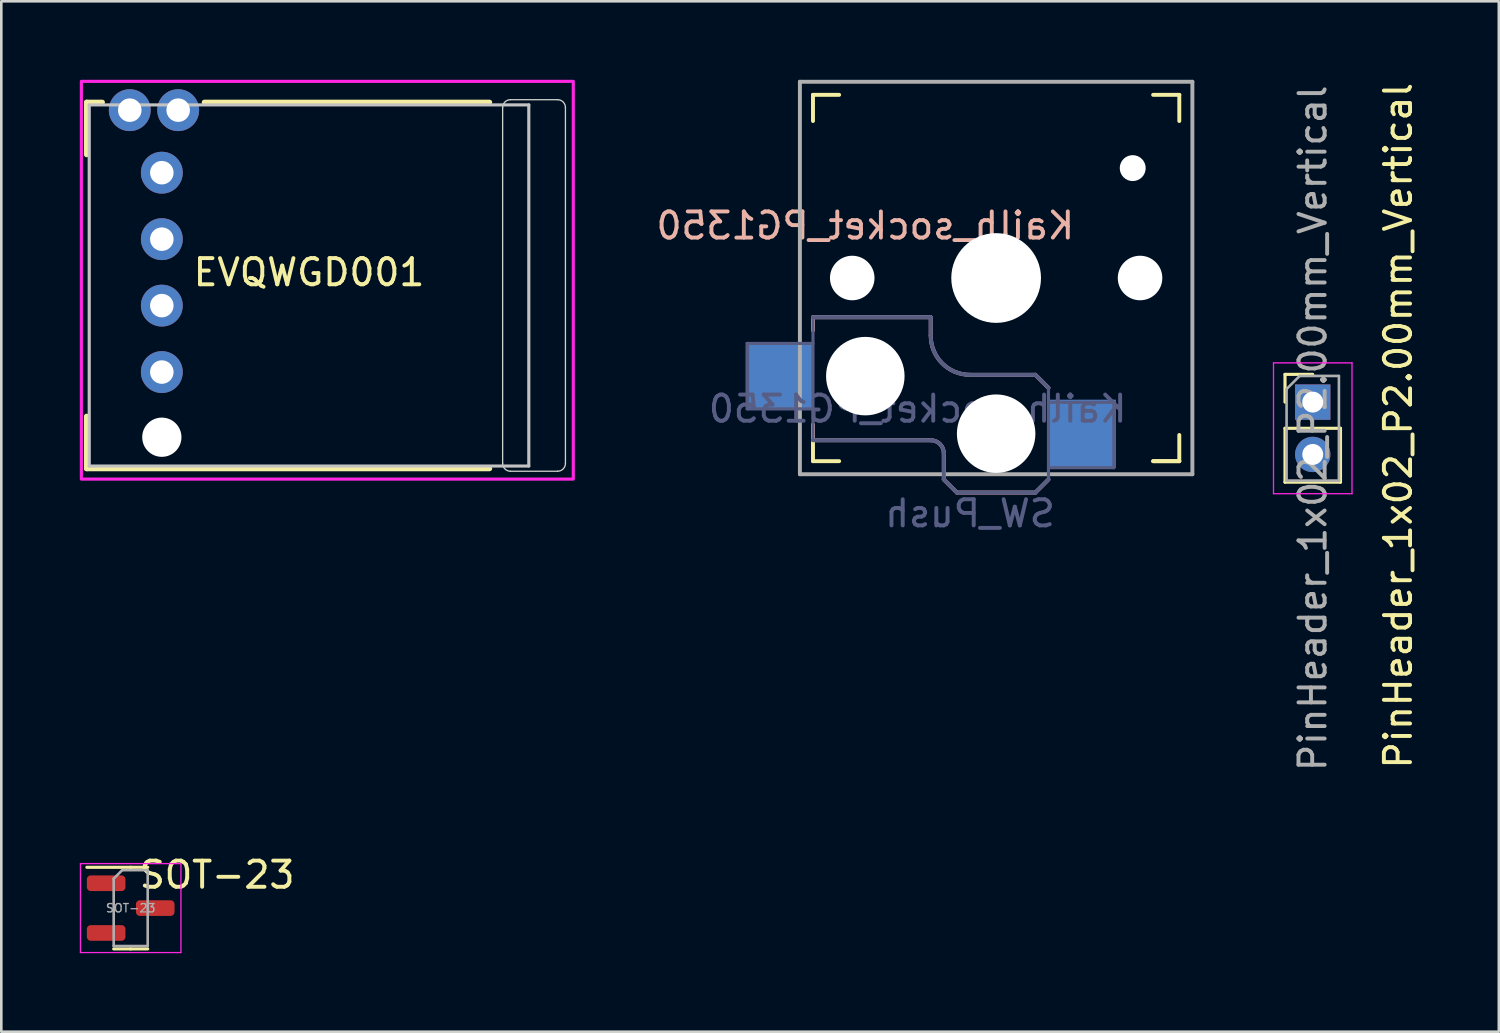
<source format=kicad_pcb>
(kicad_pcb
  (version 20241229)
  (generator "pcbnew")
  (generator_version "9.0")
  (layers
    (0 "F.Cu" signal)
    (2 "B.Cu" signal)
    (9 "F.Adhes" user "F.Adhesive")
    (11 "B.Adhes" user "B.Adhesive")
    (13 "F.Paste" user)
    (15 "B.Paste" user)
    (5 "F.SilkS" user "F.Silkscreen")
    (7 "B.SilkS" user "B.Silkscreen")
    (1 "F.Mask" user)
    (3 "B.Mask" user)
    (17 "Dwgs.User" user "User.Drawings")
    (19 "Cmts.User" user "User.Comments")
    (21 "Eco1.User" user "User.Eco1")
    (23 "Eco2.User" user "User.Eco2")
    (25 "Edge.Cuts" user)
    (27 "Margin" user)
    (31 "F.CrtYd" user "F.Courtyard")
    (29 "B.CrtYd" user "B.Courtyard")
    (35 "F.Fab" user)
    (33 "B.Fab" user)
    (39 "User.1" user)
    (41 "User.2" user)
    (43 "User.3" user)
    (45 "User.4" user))
  (footprint "EVQWGD001"
    (layer "F.Cu")
    (at 8.76 7.36)
    (property "Reference" "EVQWGD001" (at 0 0 0) (layer "F.SilkS") (effects (font (size 1 1) (thickness 0.15))))
    (attr through_hole)
    (fp_line (start -8.5 -6.5) (end -8.5 -4.5) (stroke (width 0.2) (type solid)) (layer "F.SilkS"))
    (fp_line (start -8.5 5.5) (end -8.5 7.5) (stroke (width 0.2) (type solid)) (layer "F.SilkS"))
    (fp_line (start -8.5 7.5) (end 6.9 7.5) (stroke (width 0.2) (type solid)) (layer "F.SilkS"))
    (fp_line (start -7.9 -6.5) (end -8.5 -6.5) (stroke (width 0.2) (type solid)) (layer "F.SilkS"))
    (fp_line (start 6.9 -6.5) (end -4 -6.5) (stroke (width 0.2) (type solid)) (layer "F.SilkS"))
    (fp_line (start -8.4 -6.4) (end 8.4 -6.4) (stroke (width 0.12) (type solid)) (layer "Dwgs.User"))
    (fp_line (start -8.4 7.4) (end -8.4 -6.4) (stroke (width 0.12) (type solid)) (layer "Dwgs.User"))
    (fp_line (start 8.4 -6.4) (end 8.4 7.4) (stroke (width 0.12) (type solid)) (layer "Dwgs.User"))
    (fp_line (start 8.4 7.4) (end -8.4 7.4) (stroke (width 0.12) (type solid)) (layer "Dwgs.User"))
    (fp_line (start 7.4 -6.3) (end 7.4 7.3) (stroke (width 0.05) (type solid)) (layer "Edge.Cuts"))
    (fp_line (start 7.7 7.6) (end 9.5 7.6) (stroke (width 0.05) (type solid)) (layer "Edge.Cuts"))
    (fp_line (start 9.5 -6.6) (end 7.7 -6.6) (stroke (width 0.05) (type solid)) (layer "Edge.Cuts"))
    (fp_line (start 9.8 7.3) (end 9.8 -6.3) (stroke (width 0.05) (type solid)) (layer "Edge.Cuts"))
    (fp_arc (start 7.4 -6.3) (mid 7.487868 -6.512132) (end 7.7 -6.6) (stroke (width 0.05) (type solid)) (layer "Edge.Cuts"))
    (fp_arc (start 7.7 7.6) (mid 7.487868 7.512132) (end 7.4 7.3) (stroke (width 0.05) (type solid)) (layer "Edge.Cuts"))
    (fp_arc (start 9.5 -6.6) (mid 9.712132 -6.512132) (end 9.8 -6.3) (stroke (width 0.05) (type solid)) (layer "Edge.Cuts"))
    (fp_arc (start 9.8 7.3) (mid 9.712132 7.512132) (end 9.5 7.6) (stroke (width 0.05) (type solid)) (layer "Edge.Cuts"))
    (fp_rect (start 10.1 7.9) (end -8.7 -7.3) (stroke (width 0.12) (type default)) (fill no) (layer "F.CrtYd"))
    (pad "" np_thru_hole circle (at -5.625 6.3) (size 1.5 1.5) (drill 1.5) (layers "*.Cu" "*.Mask"))
    (pad "A" thru_hole circle (at -5.625 -3.81) (size 1.6 1.6) (drill 0.9) (layers "*.Cu" "*.Mask"))
    (pad "B" thru_hole circle (at -5.625 -1.27) (size 1.6 1.6) (drill 0.9) (layers "*.Cu" "*.Mask"))
    (pad "C" thru_hole circle (at -5.625 1.27) (size 1.6 1.6) (drill 0.9) (layers "*.Cu" "*.Mask"))
    (pad "D" thru_hole circle (at -5.625 3.81) (size 1.6 1.6) (drill 0.9) (layers "*.Cu" "*.Mask"))
    (pad "S1" thru_hole circle (at -6.85 -6.2) (size 1.6 1.6) (drill 0.9) (layers "*.Cu" "*.Mask"))
    (pad "S2" thru_hole circle (at -5 -6.2) (size 1.6 1.6) (drill 0.9) (layers "*.Cu" "*.Mask")))
  (footprint "PinHeader_1x02_P2.00mm_Vertical"
    (layer "F.Cu")
    (at 47.121 12.318)
    (property "Reference" "PinHeader_1x02_P2.00mm_Vertical" (at 3.264 0.902 270) (layer "F.SilkS") (effects (font (size 1 1) (thickness 0.15))))
    (attr through_hole)
    (fp_line (start -1.06 -1.06) (end 0 -1.06) (stroke (width 0.12) (type solid)) (layer "F.SilkS"))
    (fp_line (start -1.06 0) (end -1.06 -1.06) (stroke (width 0.12) (type solid)) (layer "F.SilkS"))
    (fp_line (start -1.06 1) (end -1.06 3.06) (stroke (width 0.12) (type solid)) (layer "F.SilkS"))
    (fp_line (start -1.06 1) (end 1.06 1) (stroke (width 0.12) (type solid)) (layer "F.SilkS"))
    (fp_line (start -1.06 3.06) (end 1.06 3.06) (stroke (width 0.12) (type solid)) (layer "F.SilkS"))
    (fp_line (start 1.06 1) (end 1.06 3.06) (stroke (width 0.12) (type solid)) (layer "F.SilkS"))
    (fp_line (start -1.5 -1.5) (end -1.5 3.5) (stroke (width 0.05) (type solid)) (layer "F.CrtYd"))
    (fp_line (start -1.5 3.5) (end 1.5 3.5) (stroke (width 0.05) (type solid)) (layer "F.CrtYd"))
    (fp_line (start 1.5 -1.5) (end -1.5 -1.5) (stroke (width 0.05) (type solid)) (layer "F.CrtYd"))
    (fp_line (start 1.5 3.5) (end 1.5 -1.5) (stroke (width 0.05) (type solid)) (layer "F.CrtYd"))
    (fp_line (start -1 -0.5) (end -0.5 -1) (stroke (width 0.1) (type solid)) (layer "F.Fab"))
    (fp_line (start -1 3) (end -1 -0.5) (stroke (width 0.1) (type solid)) (layer "F.Fab"))
    (fp_line (start -0.5 -1) (end 1 -1) (stroke (width 0.1) (type solid)) (layer "F.Fab"))
    (fp_line (start 1 -1) (end 1 3) (stroke (width 0.1) (type solid)) (layer "F.Fab"))
    (fp_line (start 1 3) (end -1 3) (stroke (width 0.1) (type solid)) (layer "F.Fab"))
    (fp_text user "${REFERENCE}" (at 0 1 90) (layer "F.Fab") (effects (font (size 1 1) (thickness 0.15))))
    (pad "1" thru_hole rect (at 0 0) (size 1.35 1.35) (drill 0.8) (layers "*.Cu" "*.Mask"))
    (pad "2" thru_hole oval (at 0 2) (size 1.35 1.35) (drill 0.8) (layers "*.Cu" "*.Mask")))
  (footprint "Kailh_socket_PG1350"
    (layer "F.Cu")
    (at 35.021 7.575)
    (property "Reference" "Kailh_socket_PG1350" (at -5 -2 0) (layer "B.SilkS") (effects (font (size 1 1) (thickness 0.15)) (justify mirror)))
    (property "Value" "SW_Push" (at 0 8.255 0) (layer "F.Fab") (hide yes) (effects (font (size 1 1) (thickness 0.15))))
    (attr smd)
    (fp_line (start -7 -6) (end -7 -7) (stroke (width 0.15) (type solid)) (layer "F.SilkS"))
    (fp_line (start -7 7) (end -7 6) (stroke (width 0.15) (type solid)) (layer "F.SilkS"))
    (fp_line (start -7 7) (end -6 7) (stroke (width 0.15) (type solid)) (layer "F.SilkS"))
    (fp_line (start -6 -7) (end -7 -7) (stroke (width 0.15) (type solid)) (layer "F.SilkS"))
    (fp_line (start 6 7) (end 7 7) (stroke (width 0.15) (type solid)) (layer "F.SilkS"))
    (fp_line (start 7 -7) (end 6 -7) (stroke (width 0.15) (type solid)) (layer "F.SilkS"))
    (fp_line (start 7 -7) (end 7 -6) (stroke (width 0.15) (type solid)) (layer "F.SilkS"))
    (fp_line (start 7 6) (end 7 7) (stroke (width 0.15) (type solid)) (layer "F.SilkS"))
    (fp_line (start 7 7) (end 6 7) (stroke (width 0.15) (type solid)) (layer "F.SilkS"))
    (fp_line (start -7 1.5) (end -7 2) (stroke (width 0.15) (type solid)) (layer "B.SilkS"))
    (fp_line (start -7 5.6) (end -7 6.2) (stroke (width 0.15) (type solid)) (layer "B.SilkS"))
    (fp_line (start -7 6.2) (end -2.5 6.2) (stroke (width 0.15) (type solid)) (layer "B.SilkS"))
    (fp_line (start -2.5 1.5) (end -7 1.5) (stroke (width 0.15) (type solid)) (layer "B.SilkS"))
    (fp_line (start -2.5 2.2) (end -2.5 1.5) (stroke (width 0.15) (type solid)) (layer "B.SilkS"))
    (fp_line (start -2 6.7) (end -2 7.7) (stroke (width 0.15) (type solid)) (layer "B.SilkS"))
    (fp_line (start -1.5 8.2) (end -2 7.7) (stroke (width 0.15) (type solid)) (layer "B.SilkS"))
    (fp_line (start 1.5 3.7) (end -1 3.7) (stroke (width 0.15) (type solid)) (layer "B.SilkS"))
    (fp_line (start 1.5 8.2) (end -1.5 8.2) (stroke (width 0.15) (type solid)) (layer "B.SilkS"))
    (fp_line (start 2 4.2) (end 1.5 3.7) (stroke (width 0.15) (type solid)) (layer "B.SilkS"))
    (fp_line (start 2 7.7) (end 1.5 8.2) (stroke (width 0.15) (type solid)) (layer "B.SilkS"))
    (fp_arc (start -2.5 6.2) (mid -2.146447 6.346447) (end -2 6.7) (stroke (width 0.15) (type solid)) (layer "B.SilkS"))
    (fp_arc (start -1 3.7) (mid -2.06066 3.26066) (end -2.5 2.2) (stroke (width 0.15) (type solid)) (layer "B.SilkS"))
    (fp_line (start -6.9 6.9) (end -6.9 -6.9) (stroke (width 0.15) (type solid)) (layer "Eco2.User"))
    (fp_line (start -6.9 6.9) (end 6.9 6.9) (stroke (width 0.15) (type solid)) (layer "Eco2.User"))
    (fp_line (start -2.6 -3.1) (end -2.6 -6.3) (stroke (width 0.15) (type solid)) (layer "Eco2.User"))
    (fp_line (start -2.6 -3.1) (end 2.6 -3.1) (stroke (width 0.15) (type solid)) (layer "Eco2.User"))
    (fp_line (start 2.6 -6.3) (end -2.6 -6.3) (stroke (width 0.15) (type solid)) (layer "Eco2.User"))
    (fp_line (start 2.6 -3.1) (end 2.6 -6.3) (stroke (width 0.15) (type solid)) (layer "Eco2.User"))
    (fp_line (start 6.9 -6.9) (end -6.9 -6.9) (stroke (width 0.15) (type solid)) (layer "Eco2.User"))
    (fp_line (start 6.9 -6.9) (end 6.9 6.9) (stroke (width 0.15) (type solid)) (layer "Eco2.User"))
    (fp_line (start -9.5 2.5) (end -7 2.5) (stroke (width 0.12) (type solid)) (layer "B.Fab"))
    (fp_line (start -9.5 5) (end -9.5 2.5) (stroke (width 0.12) (type solid)) (layer "B.Fab"))
    (fp_line (start -7 1.5) (end -7 6.2) (stroke (width 0.12) (type solid)) (layer "B.Fab"))
    (fp_line (start -7 5) (end -9.5 5) (stroke (width 0.12) (type solid)) (layer "B.Fab"))
    (fp_line (start -7 6.2) (end -2.5 6.2) (stroke (width 0.15) (type solid)) (layer "B.Fab"))
    (fp_line (start -2.5 1.5) (end -7 1.5) (stroke (width 0.15) (type solid)) (layer "B.Fab"))
    (fp_line (start -2.5 2.2) (end -2.5 1.5) (stroke (width 0.15) (type solid)) (layer "B.Fab"))
    (fp_line (start -2 6.7) (end -2 7.7) (stroke (width 0.15) (type solid)) (layer "B.Fab"))
    (fp_line (start -1.5 8.2) (end -2 7.7) (stroke (width 0.15) (type solid)) (layer "B.Fab"))
    (fp_line (start 1.5 3.7) (end -1 3.7) (stroke (width 0.15) (type solid)) (layer "B.Fab"))
    (fp_line (start 1.5 8.2) (end -1.5 8.2) (stroke (width 0.15) (type solid)) (layer "B.Fab"))
    (fp_line (start 2 4.2) (end 1.5 3.7) (stroke (width 0.15) (type solid)) (layer "B.Fab"))
    (fp_line (start 2 4.25) (end 2 7.7) (stroke (width 0.12) (type solid)) (layer "B.Fab"))
    (fp_line (start 2 4.75) (end 4.5 4.75) (stroke (width 0.12) (type solid)) (layer "B.Fab"))
    (fp_line (start 2 7.7) (end 1.5 8.2) (stroke (width 0.15) (type solid)) (layer "B.Fab"))
    (fp_line (start 4.5 4.75) (end 4.5 7.25) (stroke (width 0.12) (type solid)) (layer "B.Fab"))
    (fp_line (start 4.5 7.25) (end 2 7.25) (stroke (width 0.12) (type solid)) (layer "B.Fab"))
    (fp_arc (start -2.5 6.2) (mid -2.146447 6.346447) (end -2 6.7) (stroke (width 0.15) (type solid)) (layer "B.Fab"))
    (fp_arc (start -1 3.7) (mid -2.06066 3.26066) (end -2.5 2.2) (stroke (width 0.15) (type solid)) (layer "B.Fab"))
    (fp_line (start -7.5 -7.5) (end 7.5 -7.5) (stroke (width 0.15) (type solid)) (layer "F.Fab"))
    (fp_line (start -7.5 7.5) (end -7.5 -7.5) (stroke (width 0.15) (type solid)) (layer "F.Fab"))
    (fp_line (start 7.5 -7.5) (end 7.5 7.5) (stroke (width 0.15) (type solid)) (layer "F.Fab"))
    (fp_line (start 7.5 7.5) (end -7.5 7.5) (stroke (width 0.15) (type solid)) (layer "F.Fab"))
    (fp_text user "${REFERENCE}" (at -3 5 0) (layer "B.Fab") (effects (font (size 1 1) (thickness 0.15)) (justify mirror)))
    (fp_text user "${VALUE}" (at -1 9 0) (layer "B.Fab") (effects (font (size 1 1) (thickness 0.15)) (justify mirror)))
    (pad "" np_thru_hole circle (at -5.5 0) (size 1.702 1.702) (drill 1.702) (layers "*.Cu" "*.Mask"))
    (pad "" np_thru_hole circle (at -5 3.75) (size 3 3) (drill 3) (layers "*.Cu" "*.Mask"))
    (pad "" np_thru_hole circle (at 0 0) (size 3.429 3.429) (drill 3.429) (layers "*.Cu" "*.Mask"))
    (pad "" np_thru_hole circle (at 0 5.95) (size 3 3) (drill 3) (layers "*.Cu" "*.Mask"))
    (pad "" np_thru_hole circle (at 5.22 -4.2) (size 0.991 0.991) (drill 0.991) (layers "*.Cu" "*.Mask"))
    (pad "" np_thru_hole circle (at 5.5 0) (size 1.702 1.702) (drill 1.702) (layers "*.Cu" "*.Mask"))
    (pad "1" smd rect (at 3.275 5.95) (size 2.6 2.6) (layers "B.Cu" "B.Mask" "B.Paste"))
    (pad "2" smd rect (at -8.275 3.75) (size 2.6 2.6) (layers "B.Cu" "B.Mask" "B.Paste")))
  (footprint "SOT-23"
    (layer "F.Cu")
    (at 1.945 31.656)
    (property "Reference" "SOT-23" (at 3.302 -1.27 0) (layer "F.SilkS") (effects (font (size 1 1) (thickness 0.15))))
    (attr smd)
    (fp_line (start 0 -1.56) (end -1.675 -1.56) (stroke (width 0.12) (type solid)) (layer "F.SilkS"))
    (fp_line (start 0 -1.56) (end 0.65 -1.56) (stroke (width 0.12) (type solid)) (layer "F.SilkS"))
    (fp_line (start 0 1.56) (end -0.65 1.56) (stroke (width 0.12) (type solid)) (layer "F.SilkS"))
    (fp_line (start 0 1.56) (end 0.65 1.56) (stroke (width 0.12) (type solid)) (layer "F.SilkS"))
    (fp_line (start -1.92 -1.7) (end -1.92 1.7) (stroke (width 0.05) (type solid)) (layer "F.CrtYd"))
    (fp_line (start -1.92 1.7) (end 1.92 1.7) (stroke (width 0.05) (type solid)) (layer "F.CrtYd"))
    (fp_line (start 1.92 -1.7) (end -1.92 -1.7) (stroke (width 0.05) (type solid)) (layer "F.CrtYd"))
    (fp_line (start 1.92 1.7) (end 1.92 -1.7) (stroke (width 0.05) (type solid)) (layer "F.CrtYd"))
    (fp_line (start -0.65 -1.125) (end -0.325 -1.45) (stroke (width 0.1) (type solid)) (layer "F.Fab"))
    (fp_line (start -0.65 1.45) (end -0.65 -1.125) (stroke (width 0.1) (type solid)) (layer "F.Fab"))
    (fp_line (start -0.325 -1.45) (end 0.65 -1.45) (stroke (width 0.1) (type solid)) (layer "F.Fab"))
    (fp_line (start 0.65 -1.45) (end 0.65 1.45) (stroke (width 0.1) (type solid)) (layer "F.Fab"))
    (fp_line (start 0.65 1.45) (end -0.65 1.45) (stroke (width 0.1) (type solid)) (layer "F.Fab"))
    (fp_text user "${REFERENCE}" (at 0 0 0) (layer "F.Fab") (effects (font (size 0.32 0.32) (thickness 0.05))))
    (pad "1" smd roundrect (at -0.938 -0.95) (size 1.475 0.6) (layers "F.Cu" "F.Mask" "F.Paste") (roundrect_rratio 0.25))
    (pad "2" smd roundrect (at -0.938 0.95) (size 1.475 0.6) (layers "F.Cu" "F.Mask" "F.Paste") (roundrect_rratio 0.25))
    (pad "3" smd roundrect (at 0.938 0) (size 1.475 0.6) (layers "F.Cu" "F.Mask" "F.Paste") (roundrect_rratio 0.25)))
  (gr_rect
    (start -3 -3)
    (end 54.233 36.381)
    (stroke (width 0.1) (type default))
    (fill no)
    (layer "Edge.Cuts")))
</source>
